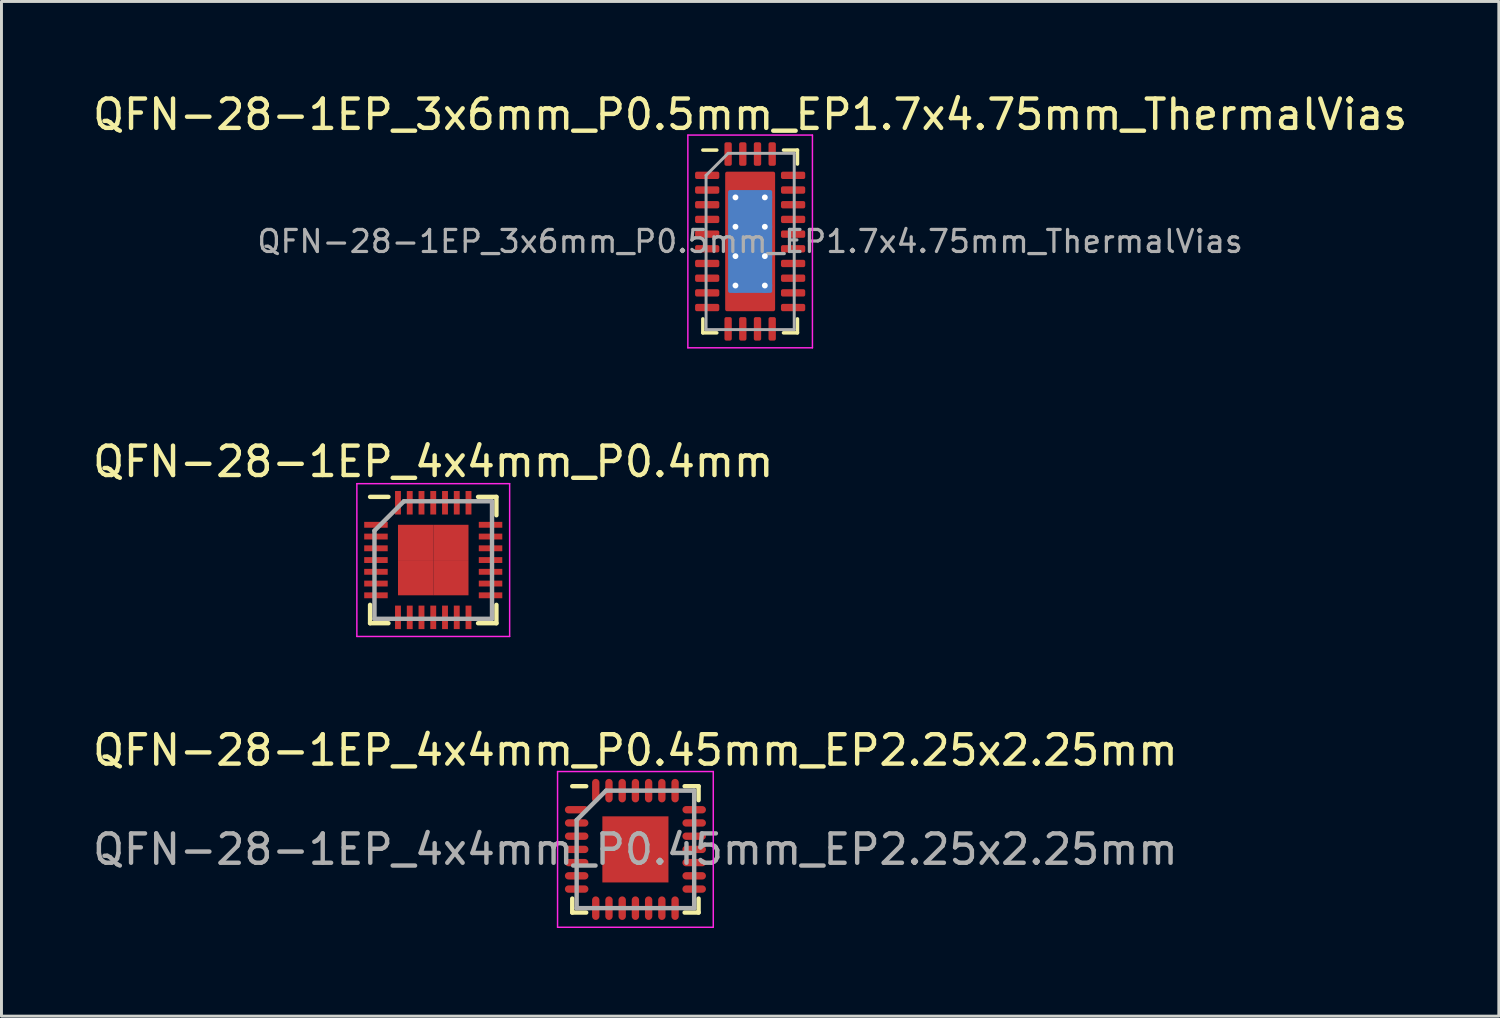
<source format=kicad_pcb>
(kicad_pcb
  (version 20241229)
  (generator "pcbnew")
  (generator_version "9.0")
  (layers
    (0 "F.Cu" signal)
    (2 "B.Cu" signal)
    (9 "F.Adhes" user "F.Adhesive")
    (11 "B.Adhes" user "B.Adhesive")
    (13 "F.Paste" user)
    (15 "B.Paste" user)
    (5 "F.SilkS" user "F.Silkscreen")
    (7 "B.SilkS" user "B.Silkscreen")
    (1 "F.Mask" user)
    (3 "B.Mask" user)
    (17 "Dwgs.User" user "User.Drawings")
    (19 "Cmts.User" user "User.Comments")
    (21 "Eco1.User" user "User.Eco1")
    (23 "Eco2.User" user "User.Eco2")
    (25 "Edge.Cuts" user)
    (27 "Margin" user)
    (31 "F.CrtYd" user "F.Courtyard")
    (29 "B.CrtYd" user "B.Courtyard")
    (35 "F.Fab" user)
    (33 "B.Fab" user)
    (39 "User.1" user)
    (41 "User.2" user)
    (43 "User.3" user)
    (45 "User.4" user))
  (footprint "QFN-28-1EP_4x4mm_P0.4mm"
    (layer "F.Cu")
    (at 11.696 16.012)
    (property "Reference" "QFN-28-1EP_4x4mm_P0.4mm" (at 0 -3.35 0) (layer "F.SilkS") (effects (font (size 1 1) (thickness 0.15))))
    (attr smd)
    (fp_line (start -2.15 -2.15) (end -1.525 -2.15) (stroke (width 0.15) (type solid)) (layer "F.SilkS"))
    (fp_line (start -2.15 2.15) (end -2.15 1.525) (stroke (width 0.15) (type solid)) (layer "F.SilkS"))
    (fp_line (start -2.15 2.15) (end -1.525 2.15) (stroke (width 0.15) (type solid)) (layer "F.SilkS"))
    (fp_line (start 2.15 -2.15) (end 1.525 -2.15) (stroke (width 0.15) (type solid)) (layer "F.SilkS"))
    (fp_line (start 2.15 -2.15) (end 2.15 -1.525) (stroke (width 0.15) (type solid)) (layer "F.SilkS"))
    (fp_line (start 2.15 2.15) (end 1.525 2.15) (stroke (width 0.15) (type solid)) (layer "F.SilkS"))
    (fp_line (start 2.15 2.15) (end 2.15 1.525) (stroke (width 0.15) (type solid)) (layer "F.SilkS"))
    (fp_line (start -2.6 -2.6) (end -2.6 2.6) (stroke (width 0.05) (type solid)) (layer "F.CrtYd"))
    (fp_line (start -2.6 -2.6) (end 2.6 -2.6) (stroke (width 0.05) (type solid)) (layer "F.CrtYd"))
    (fp_line (start -2.6 2.6) (end 2.6 2.6) (stroke (width 0.05) (type solid)) (layer "F.CrtYd"))
    (fp_line (start 2.6 -2.6) (end 2.6 2.6) (stroke (width 0.05) (type solid)) (layer "F.CrtYd"))
    (fp_line (start -2 -1) (end -1 -2) (stroke (width 0.15) (type solid)) (layer "F.Fab"))
    (fp_line (start -2 2) (end -2 -1) (stroke (width 0.15) (type solid)) (layer "F.Fab"))
    (fp_line (start -1 -2) (end 2 -2) (stroke (width 0.15) (type solid)) (layer "F.Fab"))
    (fp_line (start 2 -2) (end 2 2) (stroke (width 0.15) (type solid)) (layer "F.Fab"))
    (fp_line (start 2 2) (end -2 2) (stroke (width 0.15) (type solid)) (layer "F.Fab"))
    (pad "1" smd rect (at -1.95 -1.2) (size 0.8 0.2) (layers "F.Cu" "F.Mask" "F.Paste"))
    (pad "2" smd rect (at -1.95 -0.8) (size 0.8 0.2) (layers "F.Cu" "F.Mask" "F.Paste"))
    (pad "3" smd rect (at -1.95 -0.4) (size 0.8 0.2) (layers "F.Cu" "F.Mask" "F.Paste"))
    (pad "4" smd rect (at -1.95 0) (size 0.8 0.2) (layers "F.Cu" "F.Mask" "F.Paste"))
    (pad "5" smd rect (at -1.95 0.4) (size 0.8 0.2) (layers "F.Cu" "F.Mask" "F.Paste"))
    (pad "6" smd rect (at -1.95 0.8) (size 0.8 0.2) (layers "F.Cu" "F.Mask" "F.Paste"))
    (pad "7" smd rect (at -1.95 1.2) (size 0.8 0.2) (layers "F.Cu" "F.Mask" "F.Paste"))
    (pad "8" smd rect (at -1.2 1.95 90) (size 0.8 0.2) (layers "F.Cu" "F.Mask" "F.Paste"))
    (pad "9" smd rect (at -0.8 1.95 90) (size 0.8 0.2) (layers "F.Cu" "F.Mask" "F.Paste"))
    (pad "10" smd rect (at -0.4 1.95 90) (size 0.8 0.2) (layers "F.Cu" "F.Mask" "F.Paste"))
    (pad "11" smd rect (at 0 1.95 90) (size 0.8 0.2) (layers "F.Cu" "F.Mask" "F.Paste"))
    (pad "12" smd rect (at 0.4 1.95 90) (size 0.8 0.2) (layers "F.Cu" "F.Mask" "F.Paste"))
    (pad "13" smd rect (at 0.8 1.95 90) (size 0.8 0.2) (layers "F.Cu" "F.Mask" "F.Paste"))
    (pad "14" smd rect (at 1.2 1.95 90) (size 0.8 0.2) (layers "F.Cu" "F.Mask" "F.Paste"))
    (pad "15" smd rect (at 1.95 1.2) (size 0.8 0.2) (layers "F.Cu" "F.Mask" "F.Paste"))
    (pad "16" smd rect (at 1.95 0.8) (size 0.8 0.2) (layers "F.Cu" "F.Mask" "F.Paste"))
    (pad "17" smd rect (at 1.95 0.4) (size 0.8 0.2) (layers "F.Cu" "F.Mask" "F.Paste"))
    (pad "18" smd rect (at 1.95 0) (size 0.8 0.2) (layers "F.Cu" "F.Mask" "F.Paste"))
    (pad "19" smd rect (at 1.95 -0.4) (size 0.8 0.2) (layers "F.Cu" "F.Mask" "F.Paste"))
    (pad "20" smd rect (at 1.95 -0.8) (size 0.8 0.2) (layers "F.Cu" "F.Mask" "F.Paste"))
    (pad "21" smd rect (at 1.95 -1.2) (size 0.8 0.2) (layers "F.Cu" "F.Mask" "F.Paste"))
    (pad "22" smd rect (at 1.2 -1.95 90) (size 0.8 0.2) (layers "F.Cu" "F.Mask" "F.Paste"))
    (pad "23" smd rect (at 0.8 -1.95 90) (size 0.8 0.2) (layers "F.Cu" "F.Mask" "F.Paste"))
    (pad "24" smd rect (at 0.4 -1.95 90) (size 0.8 0.2) (layers "F.Cu" "F.Mask" "F.Paste"))
    (pad "25" smd rect (at 0 -1.95 90) (size 0.8 0.2) (layers "F.Cu" "F.Mask" "F.Paste"))
    (pad "26" smd rect (at -0.4 -1.95 90) (size 0.8 0.2) (layers "F.Cu" "F.Mask" "F.Paste"))
    (pad "27" smd rect (at -0.8 -1.95 90) (size 0.8 0.2) (layers "F.Cu" "F.Mask" "F.Paste"))
    (pad "28" smd rect (at -1.2 -1.95 90) (size 0.8 0.2) (layers "F.Cu" "F.Mask" "F.Paste"))
    (pad "29" smd rect (at -0.6 -0.6) (size 1.2 1.2) (layers "F.Cu" "F.Mask" "F.Paste"))
    (pad "29" smd rect (at -0.6 0.6) (size 1.2 1.2) (layers "F.Cu" "F.Mask" "F.Paste"))
    (pad "29" smd rect (at 0.6 -0.6) (size 1.2 1.2) (layers "F.Cu" "F.Mask" "F.Paste"))
    (pad "29" smd rect (at 0.6 0.6) (size 1.2 1.2) (layers "F.Cu" "F.Mask" "F.Paste")))
  (footprint "QFN-28-1EP_4x4mm_P0.45mm_EP2.25x2.25mm"
    (layer "F.Cu")
    (at 18.577 25.86)
    (property "Reference" "QFN-28-1EP_4x4mm_P0.45mm_EP2.25x2.25mm" (at 0 -3.375 0) (layer "F.SilkS") (effects (font (size 1 1) (thickness 0.15))))
    (attr smd)
    (fp_line (start -2.15 -2.15) (end -1.675 -2.15) (stroke (width 0.15) (type solid)) (layer "F.SilkS"))
    (fp_line (start -2.15 2.15) (end -2.15 1.675) (stroke (width 0.15) (type solid)) (layer "F.SilkS"))
    (fp_line (start -2.15 2.15) (end -1.675 2.15) (stroke (width 0.15) (type solid)) (layer "F.SilkS"))
    (fp_line (start 2.15 -2.15) (end 1.675 -2.15) (stroke (width 0.15) (type solid)) (layer "F.SilkS"))
    (fp_line (start 2.15 -2.15) (end 2.15 -1.675) (stroke (width 0.15) (type solid)) (layer "F.SilkS"))
    (fp_line (start 2.15 2.15) (end 1.675 2.15) (stroke (width 0.15) (type solid)) (layer "F.SilkS"))
    (fp_line (start 2.15 2.15) (end 2.15 1.675) (stroke (width 0.15) (type solid)) (layer "F.SilkS"))
    (fp_line (start -2.65 -2.65) (end -2.65 2.65) (stroke (width 0.05) (type solid)) (layer "F.CrtYd"))
    (fp_line (start -2.65 -2.65) (end 2.65 -2.65) (stroke (width 0.05) (type solid)) (layer "F.CrtYd"))
    (fp_line (start -2.65 2.65) (end 2.65 2.65) (stroke (width 0.05) (type solid)) (layer "F.CrtYd"))
    (fp_line (start 2.65 -2.65) (end 2.65 2.65) (stroke (width 0.05) (type solid)) (layer "F.CrtYd"))
    (fp_line (start -2 -1) (end -1 -2) (stroke (width 0.15) (type solid)) (layer "F.Fab"))
    (fp_line (start -2 2) (end -2 -1) (stroke (width 0.15) (type solid)) (layer "F.Fab"))
    (fp_line (start -1 -2) (end 2 -2) (stroke (width 0.15) (type solid)) (layer "F.Fab"))
    (fp_line (start 2 -2) (end 2 2) (stroke (width 0.15) (type solid)) (layer "F.Fab"))
    (fp_line (start 2 2) (end -2 2) (stroke (width 0.15) (type solid)) (layer "F.Fab"))
    (fp_text user "${REFERENCE}" (at 0 0 0) (layer "F.Fab") (effects (font (size 1 1) (thickness 0.15))))
    (pad "" smd rect (at -0.55 -0.55) (size 0.97 0.97) (layers "F.Paste"))
    (pad "" smd rect (at -0.55 0.55) (size 0.97 0.97) (layers "F.Paste"))
    (pad "" smd rect (at 0.55 -0.55) (size 0.97 0.97) (layers "F.Paste"))
    (pad "" smd rect (at 0.55 0.55) (size 0.97 0.97) (layers "F.Paste"))
    (pad "1" smd oval (at -2 -1.35) (size 0.8 0.25) (layers "F.Cu" "F.Mask" "F.Paste"))
    (pad "2" smd oval (at -2 -0.9) (size 0.8 0.25) (layers "F.Cu" "F.Mask" "F.Paste"))
    (pad "3" smd oval (at -2 -0.45) (size 0.8 0.25) (layers "F.Cu" "F.Mask" "F.Paste"))
    (pad "4" smd oval (at -2 0) (size 0.8 0.25) (layers "F.Cu" "F.Mask" "F.Paste"))
    (pad "5" smd oval (at -2 0.45) (size 0.8 0.25) (layers "F.Cu" "F.Mask" "F.Paste"))
    (pad "6" smd oval (at -2 0.9) (size 0.8 0.25) (layers "F.Cu" "F.Mask" "F.Paste"))
    (pad "7" smd oval (at -2 1.35) (size 0.8 0.25) (layers "F.Cu" "F.Mask" "F.Paste"))
    (pad "8" smd oval (at -1.35 2 90) (size 0.8 0.25) (layers "F.Cu" "F.Mask" "F.Paste"))
    (pad "9" smd oval (at -0.9 2 90) (size 0.8 0.25) (layers "F.Cu" "F.Mask" "F.Paste"))
    (pad "10" smd oval (at -0.45 2 90) (size 0.8 0.25) (layers "F.Cu" "F.Mask" "F.Paste"))
    (pad "11" smd oval (at 0 2 90) (size 0.8 0.25) (layers "F.Cu" "F.Mask" "F.Paste"))
    (pad "12" smd oval (at 0.45 2 90) (size 0.8 0.25) (layers "F.Cu" "F.Mask" "F.Paste"))
    (pad "13" smd oval (at 0.9 2 90) (size 0.8 0.25) (layers "F.Cu" "F.Mask" "F.Paste"))
    (pad "14" smd oval (at 1.35 2 90) (size 0.8 0.25) (layers "F.Cu" "F.Mask" "F.Paste"))
    (pad "15" smd oval (at 2 1.35) (size 0.8 0.25) (layers "F.Cu" "F.Mask" "F.Paste"))
    (pad "16" smd oval (at 2 0.9) (size 0.8 0.25) (layers "F.Cu" "F.Mask" "F.Paste"))
    (pad "17" smd oval (at 2 0.45) (size 0.8 0.25) (layers "F.Cu" "F.Mask" "F.Paste"))
    (pad "18" smd oval (at 2 0) (size 0.8 0.25) (layers "F.Cu" "F.Mask" "F.Paste"))
    (pad "19" smd oval (at 2 -0.45) (size 0.8 0.25) (layers "F.Cu" "F.Mask" "F.Paste"))
    (pad "20" smd oval (at 2 -0.9) (size 0.8 0.25) (layers "F.Cu" "F.Mask" "F.Paste"))
    (pad "21" smd oval (at 2 -1.35) (size 0.8 0.25) (layers "F.Cu" "F.Mask" "F.Paste"))
    (pad "22" smd oval (at 1.35 -2 90) (size 0.8 0.25) (layers "F.Cu" "F.Mask" "F.Paste"))
    (pad "23" smd oval (at 0.9 -2 90) (size 0.8 0.25) (layers "F.Cu" "F.Mask" "F.Paste"))
    (pad "24" smd oval (at 0.45 -2 90) (size 0.8 0.25) (layers "F.Cu" "F.Mask" "F.Paste"))
    (pad "25" smd oval (at 0 -2 90) (size 0.8 0.25) (layers "F.Cu" "F.Mask" "F.Paste"))
    (pad "26" smd oval (at -0.45 -2 90) (size 0.8 0.25) (layers "F.Cu" "F.Mask" "F.Paste"))
    (pad "27" smd oval (at -0.9 -2 90) (size 0.8 0.25) (layers "F.Cu" "F.Mask" "F.Paste"))
    (pad "28" smd oval (at -1.35 -2 90) (size 0.8 0.25) (layers "F.Cu" "F.Mask" "F.Paste"))
    (pad "29" smd rect (at 0 0) (size 2.25 2.25) (layers "F.Cu" "F.Mask")))
  (footprint "QFN-28-1EP_3x6mm_P0.5mm_EP1.7x4.75mm_ThermalVias"
    (layer "F.Cu")
    (at 22.482 5.168)
    (property "Reference" "QFN-28-1EP_3x6mm_P0.5mm_EP1.7x4.75mm_ThermalVias" (at 0 -4.32 0) (layer "F.SilkS") (effects (font (size 1 1) (thickness 0.15))))
    (attr smd)
    (fp_line (start -1.61 3.11) (end -1.61 2.635) (stroke (width 0.12) (type solid)) (layer "F.SilkS"))
    (fp_line (start -1.135 -3.11) (end -1.61 -3.11) (stroke (width 0.12) (type solid)) (layer "F.SilkS"))
    (fp_line (start -1.135 3.11) (end -1.61 3.11) (stroke (width 0.12) (type solid)) (layer "F.SilkS"))
    (fp_line (start 1.135 -3.11) (end 1.61 -3.11) (stroke (width 0.12) (type solid)) (layer "F.SilkS"))
    (fp_line (start 1.135 3.11) (end 1.61 3.11) (stroke (width 0.12) (type solid)) (layer "F.SilkS"))
    (fp_line (start 1.61 -3.11) (end 1.61 -2.635) (stroke (width 0.12) (type solid)) (layer "F.SilkS"))
    (fp_line (start 1.61 3.11) (end 1.61 2.635) (stroke (width 0.12) (type solid)) (layer "F.SilkS"))
    (fp_line (start -2.12 -3.62) (end -2.12 3.62) (stroke (width 0.05) (type solid)) (layer "F.CrtYd"))
    (fp_line (start -2.12 3.62) (end 2.12 3.62) (stroke (width 0.05) (type solid)) (layer "F.CrtYd"))
    (fp_line (start 2.12 -3.62) (end -2.12 -3.62) (stroke (width 0.05) (type solid)) (layer "F.CrtYd"))
    (fp_line (start 2.12 3.62) (end 2.12 -3.62) (stroke (width 0.05) (type solid)) (layer "F.CrtYd"))
    (fp_line (start -1.5 -2.25) (end -0.75 -3) (stroke (width 0.1) (type solid)) (layer "F.Fab"))
    (fp_line (start -1.5 3) (end -1.5 -2.25) (stroke (width 0.1) (type solid)) (layer "F.Fab"))
    (fp_line (start -0.75 -3) (end 1.5 -3) (stroke (width 0.1) (type solid)) (layer "F.Fab"))
    (fp_line (start 1.5 -3) (end 1.5 3) (stroke (width 0.1) (type solid)) (layer "F.Fab"))
    (fp_line (start 1.5 3) (end -1.5 3) (stroke (width 0.1) (type solid)) (layer "F.Fab"))
    (fp_text user "${REFERENCE}" (at 0 0 0) (layer "F.Fab") (effects (font (size 0.75 0.75) (thickness 0.11))))
    (pad "" smd custom (at -0.675 -1.938) (size 0.166 0.166) (layers "F.Paste") (options (anchor circle)) (primitives (gr_poly (pts (xy -0.082 -0.294) (xy 0.082 -0.294) (xy 0.082 0.164) (xy -0.048 0.294) (xy -0.082 0.294)) (width 0.118) (fill yes))))
    (pad "" smd custom (at -0.675 -1) (size 0.175 0.175) (layers "F.Paste") (options (anchor circle)) (primitives (gr_poly (pts (xy -0.076 -0.338) (xy -0.038 -0.338) (xy 0.076 -0.224) (xy 0.076 0.224) (xy -0.038 0.338) (xy -0.076 0.338)) (width 0.13) (fill yes))))
    (pad "" smd custom (at -0.675 0) (size 0.175 0.175) (layers "F.Paste") (options (anchor circle)) (primitives (gr_poly (pts (xy -0.076 -0.338) (xy -0.038 -0.338) (xy 0.076 -0.224) (xy 0.076 0.224) (xy -0.038 0.338) (xy -0.076 0.338)) (width 0.13) (fill yes))))
    (pad "" smd custom (at -0.675 1) (size 0.175 0.175) (layers "F.Paste") (options (anchor circle)) (primitives (gr_poly (pts (xy -0.076 -0.338) (xy -0.038 -0.338) (xy 0.076 -0.224) (xy 0.076 0.224) (xy -0.038 0.338) (xy -0.076 0.338)) (width 0.13) (fill yes))))
    (pad "" smd custom (at -0.675 1.938) (size 0.166 0.166) (layers "F.Paste") (options (anchor circle)) (primitives (gr_poly (pts (xy -0.082 -0.294) (xy -0.048 -0.294) (xy 0.082 -0.164) (xy 0.082 0.294) (xy -0.082 0.294)) (width 0.118) (fill yes))))
    (pad "" smd roundrect (at 0 -1.938) (size 0.806 0.705) (layers "F.Paste") (roundrect_rratio 0.25))
    (pad "" smd roundrect (at 0 -1) (size 0.806 0.806) (layers "F.Paste") (roundrect_rratio 0.25))
    (pad "" smd roundrect (at 0 0) (size 0.806 0.806) (layers "F.Paste") (roundrect_rratio 0.25))
    (pad "" smd roundrect (at 0 1) (size 0.806 0.806) (layers "F.Paste") (roundrect_rratio 0.25))
    (pad "" smd roundrect (at 0 1.938) (size 0.806 0.705) (layers "F.Paste") (roundrect_rratio 0.25))
    (pad "" smd custom (at 0.675 -1.938) (size 0.166 0.166) (layers "F.Paste") (options (anchor circle)) (primitives (gr_poly (pts (xy -0.082 -0.294) (xy 0.082 -0.294) (xy 0.082 0.294) (xy 0.048 0.294) (xy -0.082 0.164)) (width 0.118) (fill yes))))
    (pad "" smd custom (at 0.675 -1) (size 0.175 0.175) (layers "F.Paste") (options (anchor circle)) (primitives (gr_poly (pts (xy -0.076 -0.224) (xy 0.038 -0.338) (xy 0.076 -0.338) (xy 0.076 0.338) (xy 0.038 0.338) (xy -0.076 0.224)) (width 0.13) (fill yes))))
    (pad "" smd custom (at 0.675 0) (size 0.175 0.175) (layers "F.Paste") (options (anchor circle)) (primitives (gr_poly (pts (xy -0.076 -0.224) (xy 0.038 -0.338) (xy 0.076 -0.338) (xy 0.076 0.338) (xy 0.038 0.338) (xy -0.076 0.224)) (width 0.13) (fill yes))))
    (pad "" smd custom (at 0.675 1) (size 0.175 0.175) (layers "F.Paste") (options (anchor circle)) (primitives (gr_poly (pts (xy -0.076 -0.224) (xy 0.038 -0.338) (xy 0.076 -0.338) (xy 0.076 0.338) (xy 0.038 0.338) (xy -0.076 0.224)) (width 0.13) (fill yes))))
    (pad "" smd custom (at 0.675 1.938) (size 0.166 0.166) (layers "F.Paste") (options (anchor circle)) (primitives (gr_poly (pts (xy -0.082 -0.164) (xy 0.048 -0.294) (xy 0.082 -0.294) (xy 0.082 0.294) (xy -0.082 0.294)) (width 0.118) (fill yes))))
    (pad "1" smd roundrect (at -1.462 -2.25) (size 0.825 0.25) (layers "F.Cu" "F.Mask" "F.Paste") (roundrect_rratio 0.25))
    (pad "2" smd roundrect (at -1.462 -1.75) (size 0.825 0.25) (layers "F.Cu" "F.Mask" "F.Paste") (roundrect_rratio 0.25))
    (pad "3" smd roundrect (at -1.462 -1.25) (size 0.825 0.25) (layers "F.Cu" "F.Mask" "F.Paste") (roundrect_rratio 0.25))
    (pad "4" smd roundrect (at -1.462 -0.75) (size 0.825 0.25) (layers "F.Cu" "F.Mask" "F.Paste") (roundrect_rratio 0.25))
    (pad "5" smd roundrect (at -1.462 -0.25) (size 0.825 0.25) (layers "F.Cu" "F.Mask" "F.Paste") (roundrect_rratio 0.25))
    (pad "6" smd roundrect (at -1.462 0.25) (size 0.825 0.25) (layers "F.Cu" "F.Mask" "F.Paste") (roundrect_rratio 0.25))
    (pad "7" smd roundrect (at -1.462 0.75) (size 0.825 0.25) (layers "F.Cu" "F.Mask" "F.Paste") (roundrect_rratio 0.25))
    (pad "8" smd roundrect (at -1.462 1.25) (size 0.825 0.25) (layers "F.Cu" "F.Mask" "F.Paste") (roundrect_rratio 0.25))
    (pad "9" smd roundrect (at -1.462 1.75) (size 0.825 0.25) (layers "F.Cu" "F.Mask" "F.Paste") (roundrect_rratio 0.25))
    (pad "10" smd roundrect (at -1.462 2.25) (size 0.825 0.25) (layers "F.Cu" "F.Mask" "F.Paste") (roundrect_rratio 0.25))
    (pad "11" smd roundrect (at -0.75 2.975) (size 0.25 0.8) (layers "F.Cu" "F.Mask" "F.Paste") (roundrect_rratio 0.25))
    (pad "12" smd roundrect (at -0.25 2.975) (size 0.25 0.8) (layers "F.Cu" "F.Mask" "F.Paste") (roundrect_rratio 0.25))
    (pad "13" smd roundrect (at 0.25 2.975) (size 0.25 0.8) (layers "F.Cu" "F.Mask" "F.Paste") (roundrect_rratio 0.25))
    (pad "14" smd roundrect (at 0.75 2.975) (size 0.25 0.8) (layers "F.Cu" "F.Mask" "F.Paste") (roundrect_rratio 0.25))
    (pad "15" smd roundrect (at 1.462 2.25) (size 0.825 0.25) (layers "F.Cu" "F.Mask" "F.Paste") (roundrect_rratio 0.25))
    (pad "16" smd roundrect (at 1.462 1.75) (size 0.825 0.25) (layers "F.Cu" "F.Mask" "F.Paste") (roundrect_rratio 0.25))
    (pad "17" smd roundrect (at 1.462 1.25) (size 0.825 0.25) (layers "F.Cu" "F.Mask" "F.Paste") (roundrect_rratio 0.25))
    (pad "18" smd roundrect (at 1.462 0.75) (size 0.825 0.25) (layers "F.Cu" "F.Mask" "F.Paste") (roundrect_rratio 0.25))
    (pad "19" smd roundrect (at 1.462 0.25) (size 0.825 0.25) (layers "F.Cu" "F.Mask" "F.Paste") (roundrect_rratio 0.25))
    (pad "20" smd roundrect (at 1.462 -0.25) (size 0.825 0.25) (layers "F.Cu" "F.Mask" "F.Paste") (roundrect_rratio 0.25))
    (pad "21" smd roundrect (at 1.462 -0.75) (size 0.825 0.25) (layers "F.Cu" "F.Mask" "F.Paste") (roundrect_rratio 0.25))
    (pad "22" smd roundrect (at 1.462 -1.25) (size 0.825 0.25) (layers "F.Cu" "F.Mask" "F.Paste") (roundrect_rratio 0.25))
    (pad "23" smd roundrect (at 1.462 -1.75) (size 0.825 0.25) (layers "F.Cu" "F.Mask" "F.Paste") (roundrect_rratio 0.25))
    (pad "24" smd roundrect (at 1.462 -2.25) (size 0.825 0.25) (layers "F.Cu" "F.Mask" "F.Paste") (roundrect_rratio 0.25))
    (pad "25" smd roundrect (at 0.75 -2.975) (size 0.25 0.8) (layers "F.Cu" "F.Mask" "F.Paste") (roundrect_rratio 0.25))
    (pad "26" smd roundrect (at 0.25 -2.975) (size 0.25 0.8) (layers "F.Cu" "F.Mask" "F.Paste") (roundrect_rratio 0.25))
    (pad "27" smd roundrect (at -0.25 -2.975) (size 0.25 0.8) (layers "F.Cu" "F.Mask" "F.Paste") (roundrect_rratio 0.25))
    (pad "28" smd roundrect (at -0.75 -2.975) (size 0.25 0.8) (layers "F.Cu" "F.Mask" "F.Paste") (roundrect_rratio 0.25))
    (pad "29" thru_hole circle (at -0.5 -1.5) (size 0.5 0.5) (drill 0.2) (layers "*.Cu"))
    (pad "29" thru_hole circle (at -0.5 -0.5) (size 0.5 0.5) (drill 0.2) (layers "*.Cu"))
    (pad "29" thru_hole circle (at -0.5 0.5) (size 0.5 0.5) (drill 0.2) (layers "*.Cu"))
    (pad "29" thru_hole circle (at -0.5 1.5) (size 0.5 0.5) (drill 0.2) (layers "*.Cu"))
    (pad "29" smd roundrect (at 0 0) (size 1.5 3.5) (layers "B.Cu") (roundrect_rratio 0.042))
    (pad "29" smd roundrect (at 0 0) (size 1.7 4.75) (layers "F.Cu" "F.Mask") (roundrect_rratio 0.037))
    (pad "29" thru_hole circle (at 0.5 -1.5) (size 0.5 0.5) (drill 0.2) (layers "*.Cu"))
    (pad "29" thru_hole circle (at 0.5 -0.5) (size 0.5 0.5) (drill 0.2) (layers "*.Cu"))
    (pad "29" thru_hole circle (at 0.5 0.5) (size 0.5 0.5) (drill 0.2) (layers "*.Cu"))
    (pad "29" thru_hole circle (at 0.5 1.5) (size 0.5 0.5) (drill 0.2) (layers "*.Cu")))
  (gr_rect
    (start -3 -3)
    (end 47.964 31.535)
    (stroke (width 0.1) (type default))
    (fill no)
    (layer "Edge.Cuts")))
</source>
